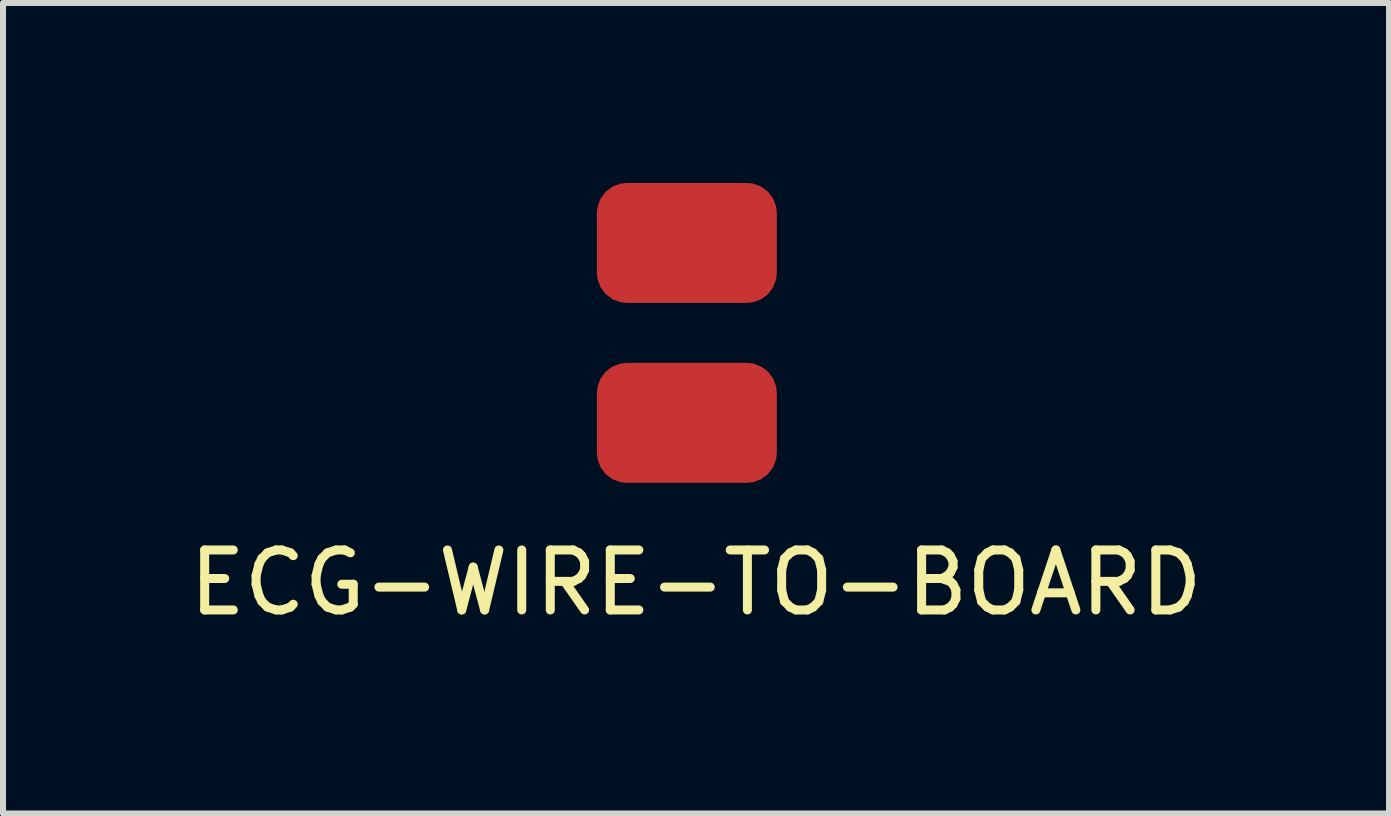
<source format=kicad_pcb>
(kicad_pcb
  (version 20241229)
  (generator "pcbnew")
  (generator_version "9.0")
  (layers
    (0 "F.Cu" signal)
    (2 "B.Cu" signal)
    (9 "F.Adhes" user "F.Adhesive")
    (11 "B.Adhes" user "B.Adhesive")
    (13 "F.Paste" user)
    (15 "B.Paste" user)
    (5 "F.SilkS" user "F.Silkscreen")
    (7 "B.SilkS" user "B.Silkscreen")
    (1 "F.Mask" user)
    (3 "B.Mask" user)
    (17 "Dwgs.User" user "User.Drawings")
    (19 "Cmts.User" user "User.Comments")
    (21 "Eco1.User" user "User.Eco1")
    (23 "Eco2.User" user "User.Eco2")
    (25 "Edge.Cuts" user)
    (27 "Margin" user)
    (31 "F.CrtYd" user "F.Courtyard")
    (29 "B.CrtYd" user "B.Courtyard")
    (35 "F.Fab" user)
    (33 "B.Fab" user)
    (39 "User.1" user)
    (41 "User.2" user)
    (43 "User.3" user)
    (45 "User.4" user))
  (footprint "ECG-WIRE-TO-BOARD"
    (layer "F.Cu")
    (at 8.401 1)
    (property "Reference" "ECG-WIRE-TO-BOARD" (at 0.152 5.664 0) (layer "F.SilkS") (effects (font (size 1 1) (thickness 0.15))))
    (attr through_hole)
    (pad "1" smd roundrect (at 0 0) (size 3 2) (layers "F.Cu" "F.Mask" "F.Paste") (roundrect_rratio 0.25))
    (pad "2" smd roundrect (at 0 3) (size 3 2) (layers "F.Cu" "F.Mask" "F.Paste") (roundrect_rratio 0.25)))
  (gr_rect
    (start -3 -3)
    (end 20.107 10.512)
    (stroke (width 0.1) (type default))
    (fill no)
    (layer "Edge.Cuts")))
</source>
